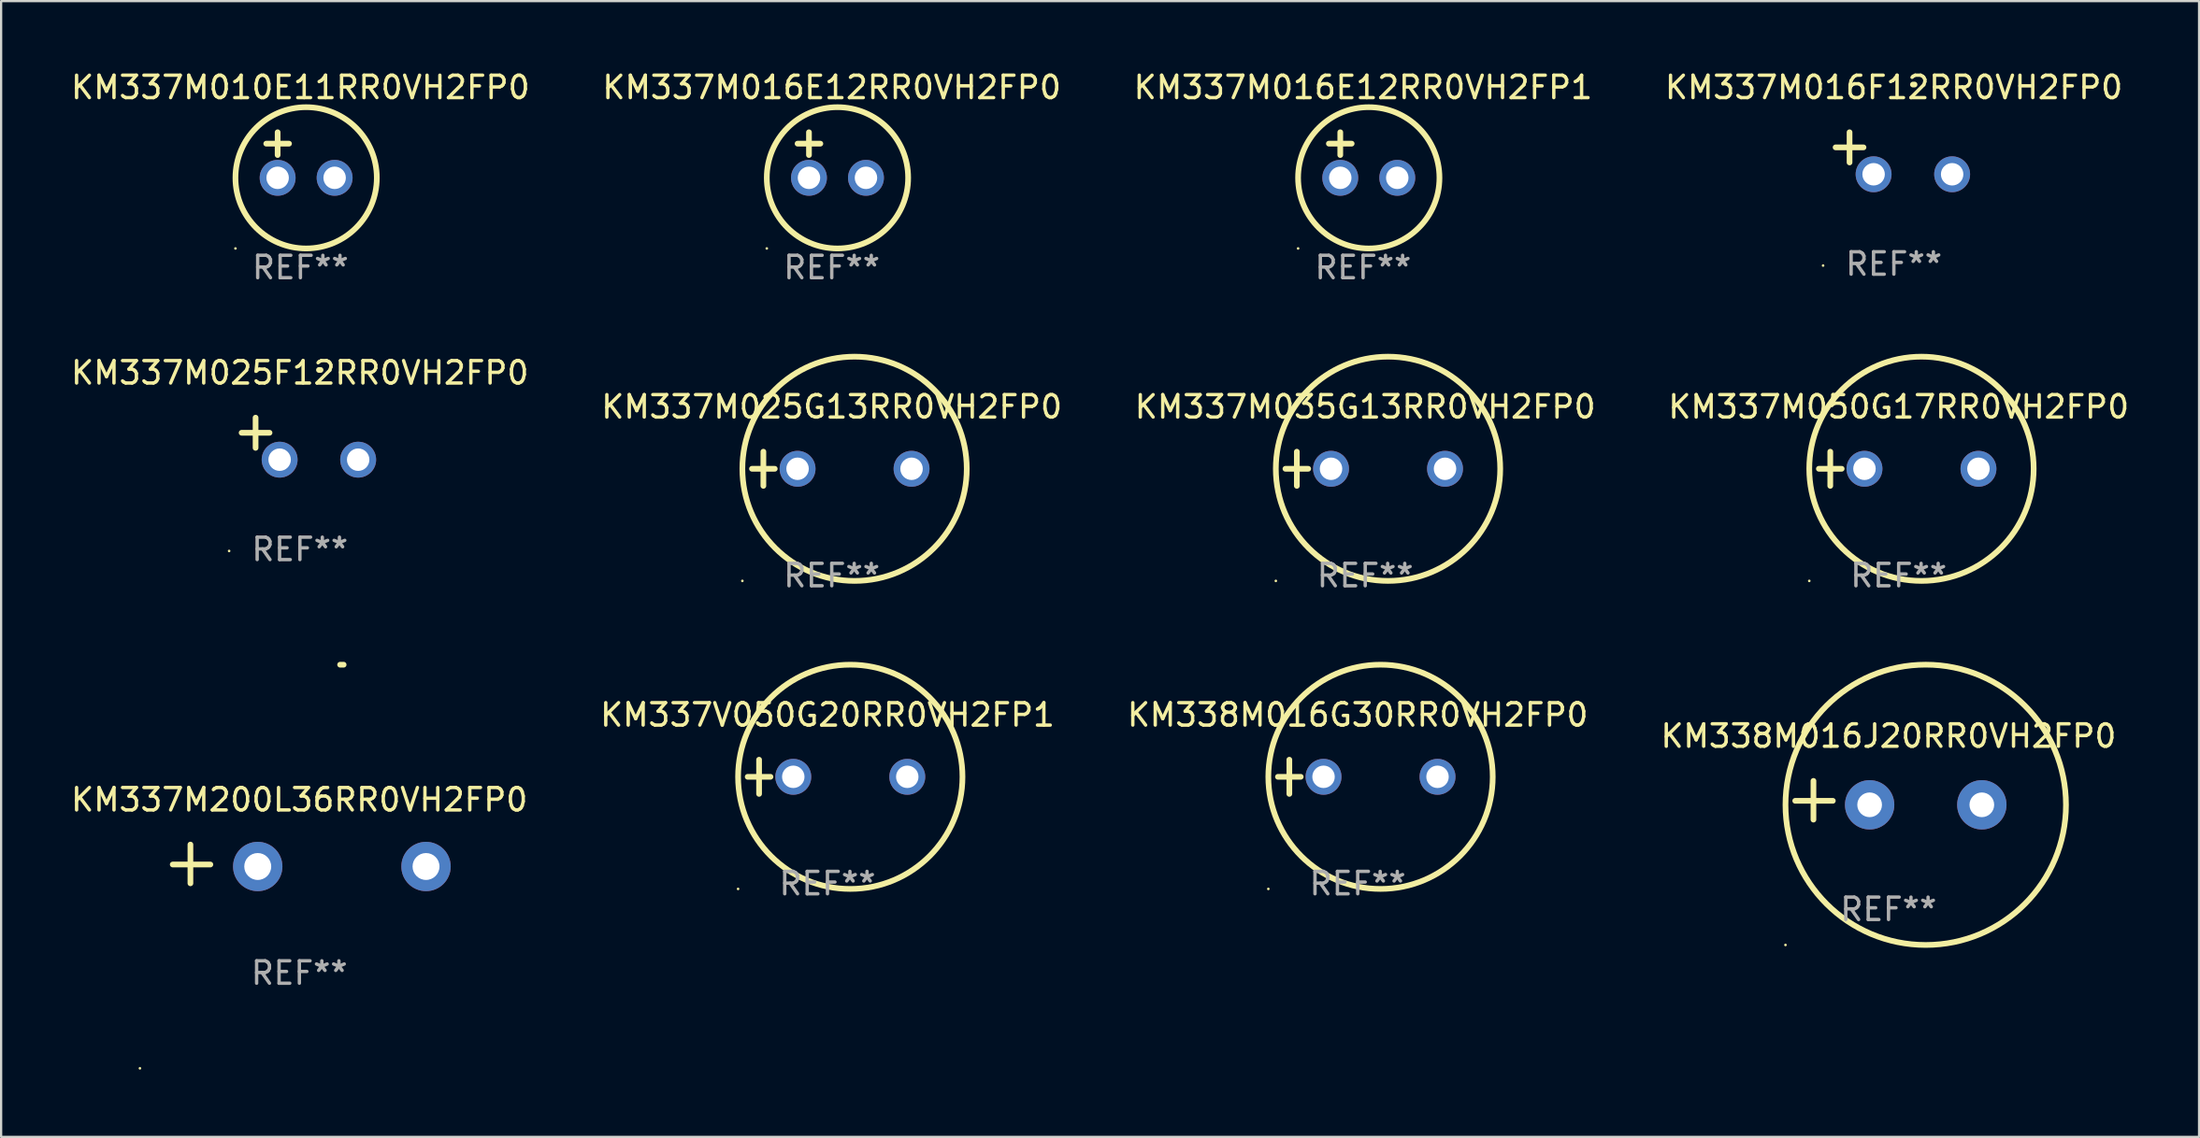
<source format=kicad_pcb>
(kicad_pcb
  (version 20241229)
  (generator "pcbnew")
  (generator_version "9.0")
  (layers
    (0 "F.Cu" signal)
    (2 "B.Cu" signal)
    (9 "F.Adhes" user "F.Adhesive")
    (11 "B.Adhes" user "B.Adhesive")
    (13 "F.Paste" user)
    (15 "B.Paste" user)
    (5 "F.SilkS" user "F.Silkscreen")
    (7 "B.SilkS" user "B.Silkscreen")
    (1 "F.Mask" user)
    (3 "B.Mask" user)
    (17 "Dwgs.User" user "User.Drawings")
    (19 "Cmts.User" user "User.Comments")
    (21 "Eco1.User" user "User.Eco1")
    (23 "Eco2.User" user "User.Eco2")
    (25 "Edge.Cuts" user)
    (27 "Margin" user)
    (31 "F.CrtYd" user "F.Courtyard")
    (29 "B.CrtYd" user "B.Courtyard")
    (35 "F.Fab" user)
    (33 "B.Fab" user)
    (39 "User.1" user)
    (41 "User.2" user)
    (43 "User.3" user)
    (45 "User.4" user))
  (footprint "KM337M016F12RR0VH2FP0"
    (layer "F.Cu")
    (at 81.351 3.785)
    (property "Reference" "KM337M016F12RR0VH2FP0" (at 0 -2.937 0) (layer "F.SilkS") (effects (font (size 1 1) (thickness 0.15))))
    (attr through_hole)
    (fp_line (start -1.975 0.41) (end -1.975 -0.937) (stroke (width 0.254) (type solid)) (layer "F.SilkS"))
    (fp_line (start -1.353 -0.263) (end -2.597 -0.263) (stroke (width 0.254) (type solid)) (layer "F.SilkS"))
    (fp_arc (start 0.849809 -3.063957) (mid 0.885369 -3.064114) (end 0.920929 -3.063957) (stroke (width 0.254001) (type solid)) (layer "F.SilkS"))
    (fp_circle (center -3.154 5.008) (end -3.124 5.008) (stroke (width 0.06) (type solid)) (fill no) (layer "F.SilkS"))
    (fp_text user "REF**" (at 0 4.937 0) (layer "F.Fab") (effects (font (size 1 1) (thickness 0.15))))
    (pad "1" thru_hole circle (at -0.903 0.937) (size 1.6 1.6) (drill 1) (layers "*.Cu" "*.Mask"))
    (pad "2" thru_hole circle (at 2.597 0.937) (size 1.6 1.6) (drill 1) (layers "*.Cu" "*.Mask")))
  (footprint "KM338M016J20RR0VH2FP0"
    (layer "F.Cu")
    (at 81.113 32.639)
    (property "Reference" "KM338M016J20RR0VH2FP0" (at 0 -2.864 0) (layer "F.SilkS") (effects (font (size 1 1) (thickness 0.15))))
    (attr through_hole)
    (fp_line (start -3.346 0.864) (end -3.346 -0.864) (stroke (width 0.254) (type solid)) (layer "F.SilkS"))
    (fp_line (start -2.482 0.025) (end -4.158 0.025) (stroke (width 0.254) (type solid)) (layer "F.SilkS"))
    (fp_circle (center -4.592 6.453) (end -4.562 6.453) (stroke (width 0.06) (type solid)) (fill no) (layer "F.SilkS"))
    (fp_circle (center 1.658 0.203) (end 7.908 0.203) (stroke (width 0.254) (type solid)) (fill no) (layer "F.SilkS"))
    (fp_text user "REF**" (at 0 4.864 0) (layer "F.Fab") (effects (font (size 1 1) (thickness 0.15))))
    (pad "1" thru_hole circle (at -0.842 0.203) (size 2.2 2.2) (drill 1.1) (layers "*.Cu" "*.Mask"))
    (pad "2" thru_hole circle (at 4.158 0.203) (size 2.2 2.2) (drill 1.1) (layers "*.Cu" "*.Mask")))
  (footprint "KM337V050G20RR0VH2FP1"
    (layer "F.Cu")
    (at 33.827 31.593)
    (property "Reference" "KM337V050G20RR0VH2FP1" (at 0 -2.762 0) (layer "F.SilkS") (effects (font (size 1 1) (thickness 0.15))))
    (attr through_hole)
    (fp_line (start -3.556 0) (end -2.54 0) (stroke (width 0.254) (type solid)) (layer "F.SilkS"))
    (fp_line (start -3.048 -0.762) (end -3.048 0.762) (stroke (width 0.254) (type solid)) (layer "F.SilkS"))
    (fp_circle (center -3.984 5) (end -3.954 5) (stroke (width 0.06) (type solid)) (fill no) (layer "F.SilkS"))
    (fp_circle (center 1.016 0) (end 6.016 0) (stroke (width 0.254) (type solid)) (fill no) (layer "F.SilkS"))
    (fp_text user "REF**" (at 0 4.762 0) (layer "F.Fab") (effects (font (size 1 1) (thickness 0.15))))
    (pad "1" thru_hole circle (at -1.524 0) (size 1.6 1.6) (drill 1) (layers "*.Cu" "*.Mask"))
    (pad "2" thru_hole circle (at 3.556 0) (size 1.6 1.6) (drill 1) (layers "*.Cu" "*.Mask")))
  (footprint "KM337M016E12RR0VH2FP1"
    (layer "F.Cu")
    (at 57.696 3.864)
    (property "Reference" "KM337M016E12RR0VH2FP1" (at 0 -3.016 0) (layer "F.SilkS") (effects (font (size 1 1) (thickness 0.15))))
    (attr through_hole)
    (fp_line (start -1.524 -0.508) (end -0.508 -0.508) (stroke (width 0.254) (type solid)) (layer "F.SilkS"))
    (fp_line (start -1.016 -1.016) (end -1.016 0) (stroke (width 0.254) (type solid)) (layer "F.SilkS"))
    (fp_circle (center -2.896 4.166) (end -2.866 4.166) (stroke (width 0.06) (type solid)) (fill no) (layer "F.SilkS"))
    (fp_circle (center 0.254 1.016) (end 3.404 1.016) (stroke (width 0.254) (type solid)) (fill no) (layer "F.SilkS"))
    (fp_text user "REF**" (at 0 5.016 0) (layer "F.Fab") (effects (font (size 1 1) (thickness 0.15))))
    (pad "1" thru_hole circle (at -1.016 1.016) (size 1.6 1.6) (drill 1) (layers "*.Cu" "*.Mask"))
    (pad "2" thru_hole circle (at 1.524 1.016) (size 1.6 1.6) (drill 1) (layers "*.Cu" "*.Mask")))
  (footprint "KM337M050G17RR0VH2FP0"
    (layer "F.Cu")
    (at 81.565 17.856)
    (property "Reference" "KM337M050G17RR0VH2FP0" (at 0 -2.762 0) (layer "F.SilkS") (effects (font (size 1 1) (thickness 0.15))))
    (attr through_hole)
    (fp_line (start -3.556 0) (end -2.54 0) (stroke (width 0.254) (type solid)) (layer "F.SilkS"))
    (fp_line (start -3.048 -0.762) (end -3.048 0.762) (stroke (width 0.254) (type solid)) (layer "F.SilkS"))
    (fp_circle (center -3.984 5) (end -3.954 5) (stroke (width 0.06) (type solid)) (fill no) (layer "F.SilkS"))
    (fp_circle (center 1.016 0) (end 6.016 0) (stroke (width 0.254) (type solid)) (fill no) (layer "F.SilkS"))
    (fp_text user "REF**" (at 0 4.762 0) (layer "F.Fab") (effects (font (size 1 1) (thickness 0.15))))
    (pad "1" thru_hole circle (at -1.524 0) (size 1.6 1.6) (drill 1) (layers "*.Cu" "*.Mask"))
    (pad "2" thru_hole circle (at 3.556 0) (size 1.6 1.6) (drill 1) (layers "*.Cu" "*.Mask")))
  (footprint "KM337M025G13RR0VH2FP0"
    (layer "F.Cu")
    (at 34.018 17.856)
    (property "Reference" "KM337M025G13RR0VH2FP0" (at 0 -2.762 0) (layer "F.SilkS") (effects (font (size 1 1) (thickness 0.15))))
    (attr through_hole)
    (fp_line (start -3.556 0) (end -2.54 0) (stroke (width 0.254) (type solid)) (layer "F.SilkS"))
    (fp_line (start -3.048 -0.762) (end -3.048 0.762) (stroke (width 0.254) (type solid)) (layer "F.SilkS"))
    (fp_circle (center -3.984 5) (end -3.954 5) (stroke (width 0.06) (type solid)) (fill no) (layer "F.SilkS"))
    (fp_circle (center 1.016 0) (end 6.016 0) (stroke (width 0.254) (type solid)) (fill no) (layer "F.SilkS"))
    (fp_text user "REF**" (at 0 4.762 0) (layer "F.Fab") (effects (font (size 1 1) (thickness 0.15))))
    (pad "1" thru_hole circle (at -1.524 0) (size 1.6 1.6) (drill 1) (layers "*.Cu" "*.Mask"))
    (pad "2" thru_hole circle (at 3.556 0) (size 1.6 1.6) (drill 1) (layers "*.Cu" "*.Mask")))
  (footprint "KM337M025F12RR0VH2FP0"
    (layer "F.Cu")
    (at 10.315 16.513)
    (property "Reference" "KM337M025F12RR0VH2FP0" (at 0 -2.937 0) (layer "F.SilkS") (effects (font (size 1 1) (thickness 0.15))))
    (attr through_hole)
    (fp_line (start -1.975 0.41) (end -1.975 -0.937) (stroke (width 0.254) (type solid)) (layer "F.SilkS"))
    (fp_line (start -1.353 -0.263) (end -2.597 -0.263) (stroke (width 0.254) (type solid)) (layer "F.SilkS"))
    (fp_arc (start 0.849809 -3.063957) (mid 0.885369 -3.064114) (end 0.920929 -3.063957) (stroke (width 0.254001) (type solid)) (layer "F.SilkS"))
    (fp_circle (center -3.154 5.008) (end -3.124 5.008) (stroke (width 0.06) (type solid)) (fill no) (layer "F.SilkS"))
    (fp_text user "REF**" (at 0 4.937 0) (layer "F.Fab") (effects (font (size 1 1) (thickness 0.15))))
    (pad "1" thru_hole circle (at -0.903 0.937) (size 1.6 1.6) (drill 1) (layers "*.Cu" "*.Mask"))
    (pad "2" thru_hole circle (at 2.597 0.937) (size 1.6 1.6) (drill 1) (layers "*.Cu" "*.Mask")))
  (footprint "KM337M016E12RR0VH2FP0"
    (layer "F.Cu")
    (at 34.018 3.864)
    (property "Reference" "KM337M016E12RR0VH2FP0" (at 0 -3.016 0) (layer "F.SilkS") (effects (font (size 1 1) (thickness 0.15))))
    (attr through_hole)
    (fp_line (start -1.524 -0.508) (end -0.508 -0.508) (stroke (width 0.254) (type solid)) (layer "F.SilkS"))
    (fp_line (start -1.016 -1.016) (end -1.016 0) (stroke (width 0.254) (type solid)) (layer "F.SilkS"))
    (fp_circle (center -2.896 4.166) (end -2.866 4.166) (stroke (width 0.06) (type solid)) (fill no) (layer "F.SilkS"))
    (fp_circle (center 0.254 1.016) (end 3.404 1.016) (stroke (width 0.254) (type solid)) (fill no) (layer "F.SilkS"))
    (fp_text user "REF**" (at 0 5.016 0) (layer "F.Fab") (effects (font (size 1 1) (thickness 0.15))))
    (pad "1" thru_hole circle (at -1.016 1.016) (size 1.6 1.6) (drill 1) (layers "*.Cu" "*.Mask"))
    (pad "2" thru_hole circle (at 1.524 1.016) (size 1.6 1.6) (drill 1) (layers "*.Cu" "*.Mask")))
  (footprint "KM337M200L36RR0VH2FP0"
    (layer "F.Cu")
    (at 10.292 35.479)
    (property "Reference" "KM337M200L36RR0VH2FP0" (at 0 -2.864 0) (layer "F.SilkS") (effects (font (size 1 1) (thickness 0.15))))
    (attr through_hole)
    (fp_line (start -4.856 0.864) (end -4.856 -0.864) (stroke (width 0.254) (type solid)) (layer "F.SilkS"))
    (fp_line (start -3.967 0.025) (end -5.644 0.025) (stroke (width 0.254) (type solid)) (layer "F.SilkS"))
    (fp_arc (start 1.815024 -8.885649) (mid 1.893764 -8.88599) (end 1.972504 -8.885649) (stroke (width 0.254001) (type solid)) (layer "F.SilkS"))
    (fp_circle (center -7.106 9.114) (end -7.076 9.114) (stroke (width 0.06) (type solid)) (fill no) (layer "F.SilkS"))
    (fp_text user "REF**" (at 0 4.864 0) (layer "F.Fab") (effects (font (size 1 1) (thickness 0.15))))
    (pad "1" thru_hole circle (at -1.856 0.114) (size 2.2 2.2) (drill 1.2) (layers "*.Cu" "*.Mask"))
    (pad "2" thru_hole circle (at 5.644 0.114) (size 2.2 2.2) (drill 1.2) (layers "*.Cu" "*.Mask")))
  (footprint "KM338M016G30RR0VH2FP0"
    (layer "F.Cu")
    (at 57.458 31.593)
    (property "Reference" "KM338M016G30RR0VH2FP0" (at 0 -2.762 0) (layer "F.SilkS") (effects (font (size 1 1) (thickness 0.15))))
    (attr through_hole)
    (fp_line (start -3.556 0) (end -2.54 0) (stroke (width 0.254) (type solid)) (layer "F.SilkS"))
    (fp_line (start -3.048 -0.762) (end -3.048 0.762) (stroke (width 0.254) (type solid)) (layer "F.SilkS"))
    (fp_circle (center -3.984 5) (end -3.954 5) (stroke (width 0.06) (type solid)) (fill no) (layer "F.SilkS"))
    (fp_circle (center 1.016 0) (end 6.016 0) (stroke (width 0.254) (type solid)) (fill no) (layer "F.SilkS"))
    (fp_text user "REF**" (at 0 4.762 0) (layer "F.Fab") (effects (font (size 1 1) (thickness 0.15))))
    (pad "1" thru_hole circle (at -1.524 0) (size 1.6 1.6) (drill 1) (layers "*.Cu" "*.Mask"))
    (pad "2" thru_hole circle (at 3.556 0) (size 1.6 1.6) (drill 1) (layers "*.Cu" "*.Mask")))
  (footprint "KM337M010E11RR0VH2FP0"
    (layer "F.Cu")
    (at 10.339 3.864)
    (property "Reference" "KM337M010E11RR0VH2FP0" (at 0 -3.016 0) (layer "F.SilkS") (effects (font (size 1 1) (thickness 0.15))))
    (attr through_hole)
    (fp_line (start -1.524 -0.508) (end -0.508 -0.508) (stroke (width 0.254) (type solid)) (layer "F.SilkS"))
    (fp_line (start -1.016 -1.016) (end -1.016 0) (stroke (width 0.254) (type solid)) (layer "F.SilkS"))
    (fp_circle (center -2.896 4.166) (end -2.866 4.166) (stroke (width 0.06) (type solid)) (fill no) (layer "F.SilkS"))
    (fp_circle (center 0.254 1.016) (end 3.404 1.016) (stroke (width 0.254) (type solid)) (fill no) (layer "F.SilkS"))
    (fp_text user "REF**" (at 0 5.016 0) (layer "F.Fab") (effects (font (size 1 1) (thickness 0.15))))
    (pad "1" thru_hole circle (at -1.016 1.016) (size 1.6 1.6) (drill 1) (layers "*.Cu" "*.Mask"))
    (pad "2" thru_hole circle (at 1.524 1.016) (size 1.6 1.6) (drill 1) (layers "*.Cu" "*.Mask")))
  (footprint "KM337M035G13RR0VH2FP0"
    (layer "F.Cu")
    (at 57.792 17.856)
    (property "Reference" "KM337M035G13RR0VH2FP0" (at 0 -2.762 0) (layer "F.SilkS") (effects (font (size 1 1) (thickness 0.15))))
    (attr through_hole)
    (fp_line (start -3.556 0) (end -2.54 0) (stroke (width 0.254) (type solid)) (layer "F.SilkS"))
    (fp_line (start -3.048 -0.762) (end -3.048 0.762) (stroke (width 0.254) (type solid)) (layer "F.SilkS"))
    (fp_circle (center -3.984 5) (end -3.954 5) (stroke (width 0.06) (type solid)) (fill no) (layer "F.SilkS"))
    (fp_circle (center 1.016 0) (end 6.016 0) (stroke (width 0.254) (type solid)) (fill no) (layer "F.SilkS"))
    (fp_text user "REF**" (at 0 4.762 0) (layer "F.Fab") (effects (font (size 1 1) (thickness 0.15))))
    (pad "1" thru_hole circle (at -1.524 0) (size 1.6 1.6) (drill 1) (layers "*.Cu" "*.Mask"))
    (pad "2" thru_hole circle (at 3.556 0) (size 1.6 1.6) (drill 1) (layers "*.Cu" "*.Mask")))
  (gr_rect
    (start -3 -3)
    (end 94.952 47.652)
    (stroke (width 0.1) (type default))
    (fill no)
    (layer "Edge.Cuts")))
</source>
